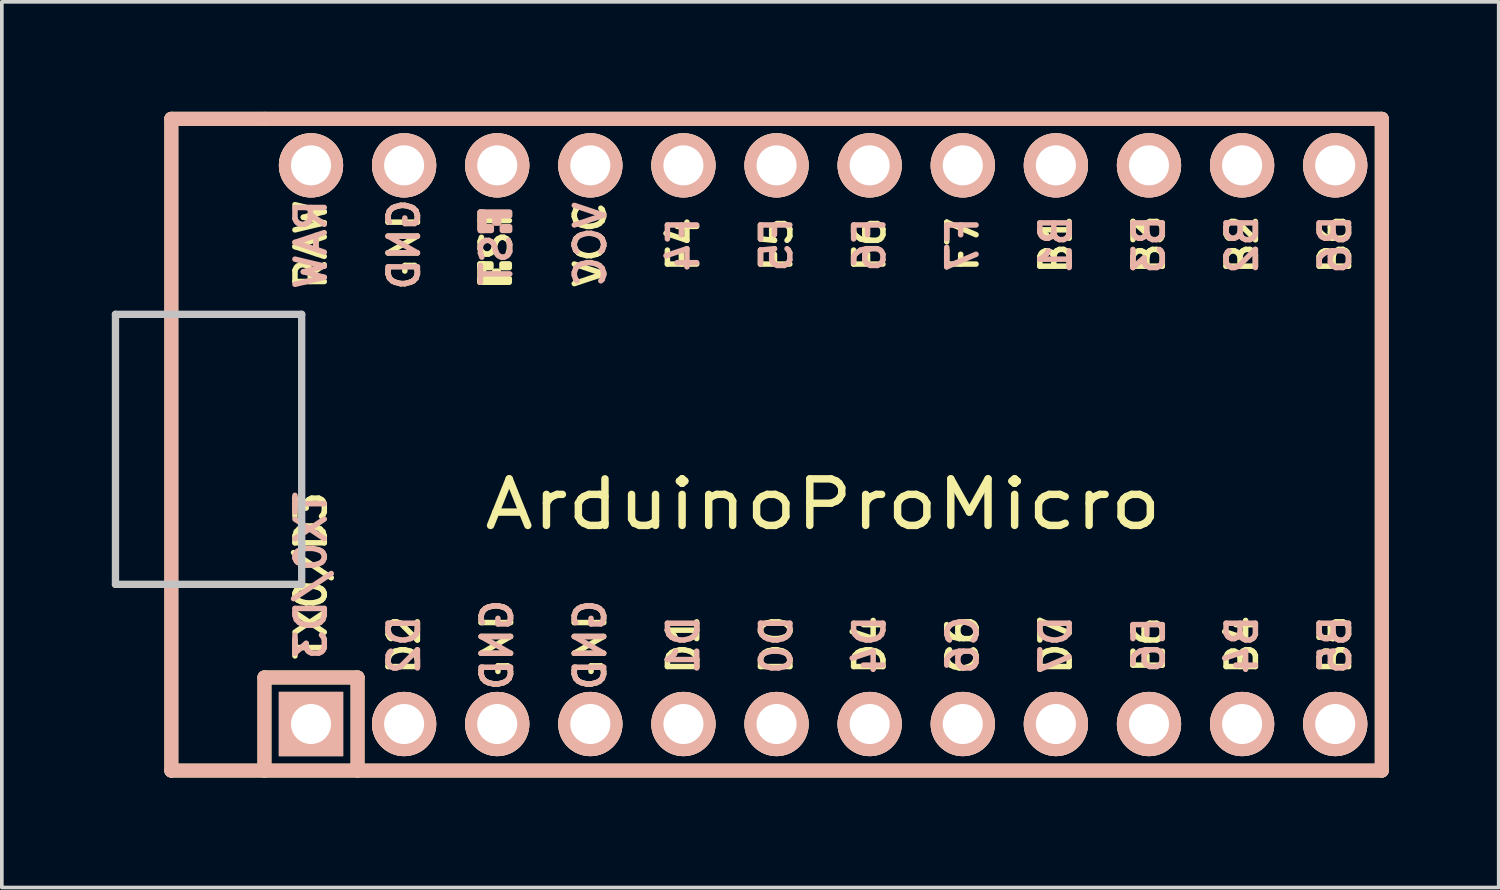
<source format=kicad_pcb>
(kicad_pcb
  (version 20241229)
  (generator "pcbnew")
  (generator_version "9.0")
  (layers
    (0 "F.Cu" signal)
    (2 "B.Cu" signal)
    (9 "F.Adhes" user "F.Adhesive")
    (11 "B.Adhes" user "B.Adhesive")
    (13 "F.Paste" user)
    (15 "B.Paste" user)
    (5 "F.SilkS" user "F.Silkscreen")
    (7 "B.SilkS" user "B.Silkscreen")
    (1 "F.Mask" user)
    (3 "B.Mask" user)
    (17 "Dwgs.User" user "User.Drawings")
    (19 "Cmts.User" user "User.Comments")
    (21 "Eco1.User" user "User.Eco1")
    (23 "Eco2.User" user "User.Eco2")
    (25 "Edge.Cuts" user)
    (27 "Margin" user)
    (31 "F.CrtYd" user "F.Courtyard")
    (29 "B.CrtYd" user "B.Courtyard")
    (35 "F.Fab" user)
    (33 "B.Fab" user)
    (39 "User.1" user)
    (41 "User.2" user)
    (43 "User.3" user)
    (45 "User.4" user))
  (footprint "ArduinoProMicro"
    (layer "F.Cu")
    (at 19.404 9.081)
    (property "Reference" "ArduinoProMicro" (at 0 1.625 0) (layer "F.SilkS") (effects (font (size 1.27 1.524) (thickness 0.203))))
    (attr through_hole)
    (fp_line (start -17.78 -8.89) (end -17.78 8.89) (stroke (width 0.381) (type solid)) (layer "F.SilkS"))
    (fp_line (start -17.78 8.89) (end -15.24 8.89) (stroke (width 0.381) (type solid)) (layer "F.SilkS"))
    (fp_line (start -15.24 -8.89) (end -17.78 -8.89) (stroke (width 0.381) (type solid)) (layer "F.SilkS"))
    (fp_line (start -15.24 6.35) (end -15.24 8.89) (stroke (width 0.381) (type solid)) (layer "F.SilkS"))
    (fp_line (start -15.24 6.35) (end -12.7 6.35) (stroke (width 0.381) (type solid)) (layer "F.SilkS"))
    (fp_line (start -15.24 8.89) (end 15.24 8.89) (stroke (width 0.381) (type solid)) (layer "F.SilkS"))
    (fp_line (start -12.7 6.35) (end -12.7 8.89) (stroke (width 0.381) (type solid)) (layer "F.SilkS"))
    (fp_line (start 15.24 -8.89) (end -15.24 -8.89) (stroke (width 0.381) (type solid)) (layer "F.SilkS"))
    (fp_line (start 15.24 8.89) (end 15.24 -8.89) (stroke (width 0.381) (type solid)) (layer "F.SilkS"))
    (fp_poly (pts (xy -9.361 -4.932) (xy -9.261 -4.932) (xy -9.261 -4.432) (xy -9.361 -4.432)) (stroke (width 0.15) (type solid)) (fill yes) (layer "F.SilkS"))
    (fp_poly (pts (xy -9.361 -4.932) (xy -9.061 -4.932) (xy -9.061 -4.832) (xy -9.361 -4.832)) (stroke (width 0.15) (type solid)) (fill yes) (layer "F.SilkS"))
    (fp_poly (pts (xy -9.361 -4.532) (xy -8.561 -4.532) (xy -8.561 -4.432) (xy -9.361 -4.432)) (stroke (width 0.15) (type solid)) (fill yes) (layer "F.SilkS"))
    (fp_poly (pts (xy -8.961 -4.732) (xy -8.861 -4.732) (xy -8.861 -4.632) (xy -8.961 -4.632)) (stroke (width 0.15) (type solid)) (fill yes) (layer "F.SilkS"))
    (fp_poly (pts (xy -8.761 -4.932) (xy -8.561 -4.932) (xy -8.561 -4.832) (xy -8.761 -4.832)) (stroke (width 0.15) (type solid)) (fill yes) (layer "F.SilkS"))
    (fp_line (start -17.78 -8.89) (end -17.78 8.89) (stroke (width 0.381) (type solid)) (layer "B.SilkS"))
    (fp_line (start -17.78 8.89) (end 15.24 8.89) (stroke (width 0.381) (type solid)) (layer "B.SilkS"))
    (fp_line (start -15.24 6.35) (end -15.24 8.89) (stroke (width 0.381) (type solid)) (layer "B.SilkS"))
    (fp_line (start -15.24 6.35) (end -12.7 6.35) (stroke (width 0.381) (type solid)) (layer "B.SilkS"))
    (fp_line (start -12.7 6.35) (end -12.7 8.89) (stroke (width 0.381) (type solid)) (layer "B.SilkS"))
    (fp_line (start 15.24 -8.89) (end -17.78 -8.89) (stroke (width 0.381) (type solid)) (layer "B.SilkS"))
    (fp_line (start 15.24 8.89) (end 15.24 -8.89) (stroke (width 0.381) (type solid)) (layer "B.SilkS"))
    (fp_poly (pts (xy -9.351 -6.245) (xy -8.551 -6.245) (xy -8.551 -6.345) (xy -9.351 -6.345)) (stroke (width 0.15) (type solid)) (fill yes) (layer "B.SilkS"))
    (fp_poly (pts (xy -9.351 -5.845) (xy -9.251 -5.845) (xy -9.251 -6.345) (xy -9.351 -6.345)) (stroke (width 0.15) (type solid)) (fill yes) (layer "B.SilkS"))
    (fp_poly (pts (xy -9.351 -5.845) (xy -9.051 -5.845) (xy -9.051 -5.945) (xy -9.351 -5.945)) (stroke (width 0.15) (type solid)) (fill yes) (layer "B.SilkS"))
    (fp_poly (pts (xy -8.951 -6.045) (xy -8.851 -6.045) (xy -8.851 -6.145) (xy -8.951 -6.145)) (stroke (width 0.15) (type solid)) (fill yes) (layer "B.SilkS"))
    (fp_poly (pts (xy -8.751 -5.845) (xy -8.551 -5.845) (xy -8.551 -5.945) (xy -8.751 -5.945)) (stroke (width 0.15) (type solid)) (fill yes) (layer "B.SilkS"))
    (fp_line (start -19.304 -3.556) (end -14.224 -3.556) (stroke (width 0.2) (type solid)) (layer "Dwgs.User"))
    (fp_line (start -19.304 3.81) (end -19.304 -3.556) (stroke (width 0.2) (type solid)) (layer "Dwgs.User"))
    (fp_line (start -14.224 -3.556) (end -14.224 3.81) (stroke (width 0.2) (type solid)) (layer "Dwgs.User"))
    (fp_line (start -14.224 3.81) (end -19.304 3.81) (stroke (width 0.2) (type solid)) (layer "Dwgs.User"))
    (fp_text user "F7" (at 3.81 -5.461 90) (layer "F.SilkS") (effects (font (size 0.8 0.8) (thickness 0.15))))
    (fp_text user "GND" (at -6.35 5.461 90) (layer "F.SilkS") (effects (font (size 0.8 0.8) (thickness 0.15))))
    (fp_text user "GND" (at -8.89 5.461 90) (layer "F.SilkS") (effects (font (size 0.8 0.8) (thickness 0.15))))
    (fp_text user "D0" (at -1.27 5.461 90) (layer "F.SilkS") (effects (font (size 0.8 0.8) (thickness 0.15))))
    (fp_text user "C6" (at 3.81 5.461 90) (layer "F.SilkS") (effects (font (size 0.8 0.8) (thickness 0.15))))
    (fp_text user "D7" (at 6.35 5.461 90) (layer "F.SilkS") (effects (font (size 0.8 0.8) (thickness 0.15))))
    (fp_text user "B1" (at 6.35 -5.461 90) (layer "F.SilkS") (effects (font (size 0.8 0.8) (thickness 0.15))))
    (fp_text user "F5" (at -1.27 -5.461 90) (layer "F.SilkS") (effects (font (size 0.8 0.8) (thickness 0.15))))
    (fp_text user "B3" (at 8.89 -5.461 90) (layer "F.SilkS") (effects (font (size 0.8 0.8) (thickness 0.15))))
    (fp_text user "B6" (at 13.97 -5.461 90) (layer "F.SilkS") (effects (font (size 0.8 0.8) (thickness 0.15))))
    (fp_text user "GND" (at -11.43 -5.461 90) (layer "F.SilkS") (effects (font (size 0.8 0.8) (thickness 0.15))))
    (fp_text user "D1" (at -3.81 5.461 90) (layer "F.SilkS") (effects (font (size 0.8 0.8) (thickness 0.15))))
    (fp_text user "B2" (at 11.43 -5.461 90) (layer "F.SilkS") (effects (font (size 0.8 0.8) (thickness 0.15))))
    (fp_text user "D4" (at 1.27 5.461 90) (layer "F.SilkS") (effects (font (size 0.8 0.8) (thickness 0.15))))
    (fp_text user "B4" (at 11.43 5.461 90) (layer "F.SilkS") (effects (font (size 0.8 0.8) (thickness 0.15))))
    (fp_text user "TX0/D3" (at -13.97 3.572 90) (layer "F.SilkS") (effects (font (size 0.8 0.8) (thickness 0.15))))
    (fp_text user "E6" (at 8.89 5.461 90) (layer "F.SilkS") (effects (font (size 0.8 0.8) (thickness 0.15))))
    (fp_text user "F6" (at 1.27 -5.461 90) (layer "F.SilkS") (effects (font (size 0.8 0.8) (thickness 0.15))))
    (fp_text user "RAW" (at -13.97 -5.461 90) (layer "F.SilkS") (effects (font (size 0.8 0.8) (thickness 0.15))))
    (fp_text user "ST" (at -8.92 -5.733 90) (layer "F.SilkS") (effects (font (size 0.8 0.8) (thickness 0.15))))
    (fp_text user "F4" (at -3.81 -5.461 90) (layer "F.SilkS") (effects (font (size 0.8 0.8) (thickness 0.15))))
    (fp_text user "D2" (at -11.43 5.461 90) (layer "F.SilkS") (effects (font (size 0.8 0.8) (thickness 0.15))))
    (fp_text user "VCC" (at -6.35 -5.461 90) (layer "F.SilkS") (effects (font (size 0.8 0.8) (thickness 0.15))))
    (fp_text user "B5" (at 13.97 5.461 90) (layer "F.SilkS") (effects (font (size 0.8 0.8) (thickness 0.15))))
    (fp_text user "F6" (at 1.27 -5.461 90) (layer "B.SilkS") (effects (font (size 0.8 0.8) (thickness 0.15)) (justify mirror)))
    (fp_text user "TX0/D3" (at -13.97 3.572 90) (layer "B.SilkS") (effects (font (size 0.8 0.8) (thickness 0.15)) (justify mirror)))
    (fp_text user "F5" (at -1.27 -5.461 90) (layer "B.SilkS") (effects (font (size 0.8 0.8) (thickness 0.15)) (justify mirror)))
    (fp_text user "B1" (at 6.35 -5.461 90) (layer "B.SilkS") (effects (font (size 0.8 0.8) (thickness 0.15)) (justify mirror)))
    (fp_text user "GND" (at -11.43 -5.461 90) (layer "B.SilkS") (effects (font (size 0.8 0.8) (thickness 0.15)) (justify mirror)))
    (fp_text user "ST" (at -8.91 -5.04 90) (layer "B.SilkS") (effects (font (size 0.8 0.8) (thickness 0.15)) (justify mirror)))
    (fp_text user "D4" (at 1.27 5.461 90) (layer "B.SilkS") (effects (font (size 0.8 0.8) (thickness 0.15)) (justify mirror)))
    (fp_text user "VCC" (at -6.35 -5.461 90) (layer "B.SilkS") (effects (font (size 0.8 0.8) (thickness 0.15)) (justify mirror)))
    (fp_text user "D2" (at -11.43 5.461 90) (layer "B.SilkS") (effects (font (size 0.8 0.8) (thickness 0.15)) (justify mirror)))
    (fp_text user "B6" (at 13.97 -5.461 90) (layer "B.SilkS") (effects (font (size 0.8 0.8) (thickness 0.15)) (justify mirror)))
    (fp_text user "B5" (at 13.97 5.461 90) (layer "B.SilkS") (effects (font (size 0.8 0.8) (thickness 0.15)) (justify mirror)))
    (fp_text user "GND" (at -8.89 5.461 90) (layer "B.SilkS") (effects (font (size 0.8 0.8) (thickness 0.15)) (justify mirror)))
    (fp_text user "RAW" (at -13.97 -5.461 90) (layer "B.SilkS") (effects (font (size 0.8 0.8) (thickness 0.15)) (justify mirror)))
    (fp_text user "D1" (at -3.81 5.461 90) (layer "B.SilkS") (effects (font (size 0.8 0.8) (thickness 0.15)) (justify mirror)))
    (fp_text user "C6" (at 3.81 5.461 90) (layer "B.SilkS") (effects (font (size 0.8 0.8) (thickness 0.15)) (justify mirror)))
    (fp_text user "B4" (at 11.43 5.461 90) (layer "B.SilkS") (effects (font (size 0.8 0.8) (thickness 0.15)) (justify mirror)))
    (fp_text user "GND" (at -6.35 5.461 90) (layer "B.SilkS") (effects (font (size 0.8 0.8) (thickness 0.15)) (justify mirror)))
    (fp_text user "F7" (at 3.81 -5.461 90) (layer "B.SilkS") (effects (font (size 0.8 0.8) (thickness 0.15)) (justify mirror)))
    (fp_text user "B2" (at 11.43 -5.461 90) (layer "B.SilkS") (effects (font (size 0.8 0.8) (thickness 0.15)) (justify mirror)))
    (fp_text user "F4" (at -3.81 -5.461 90) (layer "B.SilkS") (effects (font (size 0.8 0.8) (thickness 0.15)) (justify mirror)))
    (fp_text user "B3" (at 8.89 -5.461 90) (layer "B.SilkS") (effects (font (size 0.8 0.8) (thickness 0.15)) (justify mirror)))
    (fp_text user "D7" (at 6.35 5.461 90) (layer "B.SilkS") (effects (font (size 0.8 0.8) (thickness 0.15)) (justify mirror)))
    (fp_text user "E6" (at 8.89 5.461 90) (layer "B.SilkS") (effects (font (size 0.8 0.8) (thickness 0.15)) (justify mirror)))
    (fp_text user "D0" (at -1.27 5.461 90) (layer "B.SilkS") (effects (font (size 0.8 0.8) (thickness 0.15)) (justify mirror)))
    (pad "1" thru_hole rect (at -13.97 7.62) (size 1.753 1.753) (drill 1.092) (layers "*.Cu" "*.SilkS" "*.Mask"))
    (pad "2" thru_hole circle (at -11.43 7.62) (size 1.753 1.753) (drill 1.092) (layers "*.Cu" "*.SilkS" "*.Mask"))
    (pad "3" thru_hole circle (at -8.89 7.62) (size 1.753 1.753) (drill 1.092) (layers "*.Cu" "*.SilkS" "*.Mask"))
    (pad "4" thru_hole circle (at -6.35 7.62) (size 1.753 1.753) (drill 1.092) (layers "*.Cu" "*.SilkS" "*.Mask"))
    (pad "5" thru_hole circle (at -3.81 7.62) (size 1.753 1.753) (drill 1.092) (layers "*.Cu" "*.SilkS" "*.Mask"))
    (pad "6" thru_hole circle (at -1.27 7.62) (size 1.753 1.753) (drill 1.092) (layers "*.Cu" "*.SilkS" "*.Mask"))
    (pad "7" thru_hole circle (at 1.27 7.62) (size 1.753 1.753) (drill 1.092) (layers "*.Cu" "*.SilkS" "*.Mask"))
    (pad "8" thru_hole circle (at 3.81 7.62) (size 1.753 1.753) (drill 1.092) (layers "*.Cu" "*.SilkS" "*.Mask"))
    (pad "9" thru_hole circle (at 6.35 7.62) (size 1.753 1.753) (drill 1.092) (layers "*.Cu" "*.SilkS" "*.Mask"))
    (pad "10" thru_hole circle (at 8.89 7.62) (size 1.753 1.753) (drill 1.092) (layers "*.Cu" "*.SilkS" "*.Mask"))
    (pad "11" thru_hole circle (at 11.43 7.62) (size 1.753 1.753) (drill 1.092) (layers "*.Cu" "*.SilkS" "*.Mask"))
    (pad "12" thru_hole circle (at 13.97 7.62) (size 1.753 1.753) (drill 1.092) (layers "*.Cu" "*.SilkS" "*.Mask"))
    (pad "13" thru_hole circle (at 13.97 -7.62) (size 1.753 1.753) (drill 1.092) (layers "*.Cu" "*.SilkS" "*.Mask"))
    (pad "14" thru_hole circle (at 11.43 -7.62) (size 1.753 1.753) (drill 1.092) (layers "*.Cu" "*.SilkS" "*.Mask"))
    (pad "15" thru_hole circle (at 8.89 -7.62) (size 1.753 1.753) (drill 1.092) (layers "*.Cu" "*.SilkS" "*.Mask"))
    (pad "16" thru_hole circle (at 6.35 -7.62) (size 1.753 1.753) (drill 1.092) (layers "*.Cu" "*.SilkS" "*.Mask"))
    (pad "17" thru_hole circle (at 3.81 -7.62) (size 1.753 1.753) (drill 1.092) (layers "*.Cu" "*.SilkS" "*.Mask"))
    (pad "18" thru_hole circle (at 1.27 -7.62) (size 1.753 1.753) (drill 1.092) (layers "*.Cu" "*.SilkS" "*.Mask"))
    (pad "19" thru_hole circle (at -1.27 -7.62) (size 1.753 1.753) (drill 1.092) (layers "*.Cu" "*.SilkS" "*.Mask"))
    (pad "20" thru_hole circle (at -3.81 -7.62) (size 1.753 1.753) (drill 1.092) (layers "*.Cu" "*.SilkS" "*.Mask"))
    (pad "21" thru_hole circle (at -6.35 -7.62) (size 1.753 1.753) (drill 1.092) (layers "*.Cu" "*.SilkS" "*.Mask"))
    (pad "22" thru_hole circle (at -8.89 -7.62) (size 1.753 1.753) (drill 1.092) (layers "*.Cu" "*.SilkS" "*.Mask"))
    (pad "23" thru_hole circle (at -11.43 -7.62) (size 1.753 1.753) (drill 1.092) (layers "*.Cu" "*.SilkS" "*.Mask"))
    (pad "24" thru_hole circle (at -13.97 -7.62) (size 1.753 1.753) (drill 1.092) (layers "*.Cu" "*.SilkS" "*.Mask")))
  (gr_rect
    (start -3 -3)
    (end 37.834 21.161)
    (stroke (width 0.1) (type default))
    (fill no)
    (layer "Edge.Cuts")))
</source>
